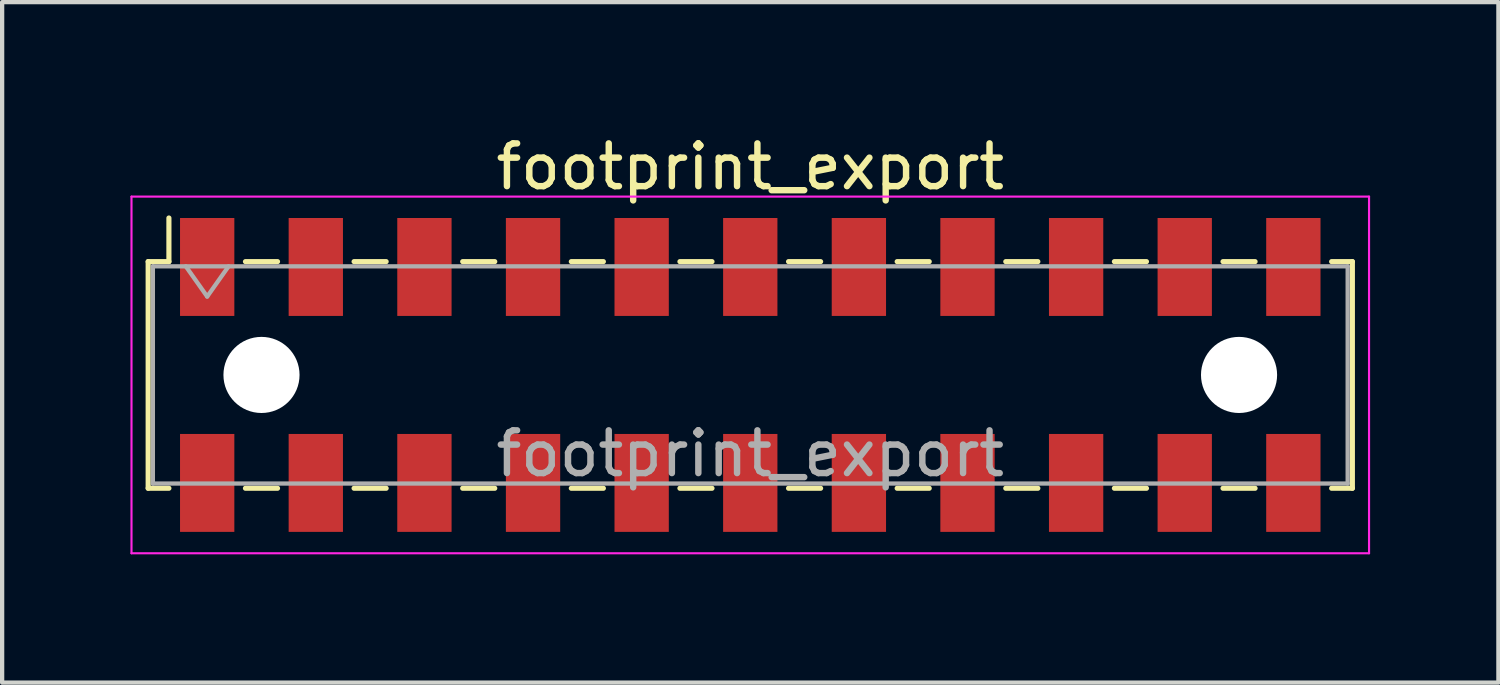
<source format=kicad_pcb>
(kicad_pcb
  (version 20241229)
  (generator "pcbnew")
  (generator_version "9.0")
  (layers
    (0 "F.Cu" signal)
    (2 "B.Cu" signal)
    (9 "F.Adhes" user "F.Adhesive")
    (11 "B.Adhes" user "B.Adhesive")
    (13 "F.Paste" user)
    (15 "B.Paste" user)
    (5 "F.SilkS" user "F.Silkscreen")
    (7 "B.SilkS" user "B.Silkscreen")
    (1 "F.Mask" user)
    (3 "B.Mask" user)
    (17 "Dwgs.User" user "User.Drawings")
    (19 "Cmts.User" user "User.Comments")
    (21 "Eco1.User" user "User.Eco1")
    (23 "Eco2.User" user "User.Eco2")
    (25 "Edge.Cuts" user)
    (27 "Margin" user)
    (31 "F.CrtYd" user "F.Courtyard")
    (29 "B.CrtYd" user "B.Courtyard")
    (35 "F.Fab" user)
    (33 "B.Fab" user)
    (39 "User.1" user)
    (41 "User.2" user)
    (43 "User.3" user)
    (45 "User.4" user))
  (footprint "footprint_export"
    (layer "F.Cu")
    (at 14.495 5.718)
    (property "Reference" "footprint_export" (at 0 -4.87 0) (layer "F.SilkS") (effects (font (size 1 1) (thickness 0.15))))
    (attr smd)
    (fp_line (start -14.08 -2.65) (end -14.08 2.65) (stroke (width 0.12) (type solid)) (layer "F.SilkS"))
    (fp_line (start -14.08 2.65) (end -13.595 2.65) (stroke (width 0.12) (type solid)) (layer "F.SilkS"))
    (fp_line (start -13.595 -3.67) (end -13.595 -2.65) (stroke (width 0.12) (type solid)) (layer "F.SilkS"))
    (fp_line (start -13.595 -2.65) (end -14.08 -2.65) (stroke (width 0.12) (type solid)) (layer "F.SilkS"))
    (fp_line (start -11.805 -2.65) (end -11.055 -2.65) (stroke (width 0.12) (type solid)) (layer "F.SilkS"))
    (fp_line (start -11.805 2.65) (end -11.055 2.65) (stroke (width 0.12) (type solid)) (layer "F.SilkS"))
    (fp_line (start -9.265 -2.65) (end -8.515 -2.65) (stroke (width 0.12) (type solid)) (layer "F.SilkS"))
    (fp_line (start -9.265 2.65) (end -8.515 2.65) (stroke (width 0.12) (type solid)) (layer "F.SilkS"))
    (fp_line (start -6.725 -2.65) (end -5.975 -2.65) (stroke (width 0.12) (type solid)) (layer "F.SilkS"))
    (fp_line (start -6.725 2.65) (end -5.975 2.65) (stroke (width 0.12) (type solid)) (layer "F.SilkS"))
    (fp_line (start -4.185 -2.65) (end -3.435 -2.65) (stroke (width 0.12) (type solid)) (layer "F.SilkS"))
    (fp_line (start -4.185 2.65) (end -3.435 2.65) (stroke (width 0.12) (type solid)) (layer "F.SilkS"))
    (fp_line (start -1.645 -2.65) (end -0.895 -2.65) (stroke (width 0.12) (type solid)) (layer "F.SilkS"))
    (fp_line (start -1.645 2.65) (end -0.895 2.65) (stroke (width 0.12) (type solid)) (layer "F.SilkS"))
    (fp_line (start 0.895 -2.65) (end 1.645 -2.65) (stroke (width 0.12) (type solid)) (layer "F.SilkS"))
    (fp_line (start 0.895 2.65) (end 1.645 2.65) (stroke (width 0.12) (type solid)) (layer "F.SilkS"))
    (fp_line (start 3.435 -2.65) (end 4.185 -2.65) (stroke (width 0.12) (type solid)) (layer "F.SilkS"))
    (fp_line (start 3.435 2.65) (end 4.185 2.65) (stroke (width 0.12) (type solid)) (layer "F.SilkS"))
    (fp_line (start 5.975 -2.65) (end 6.725 -2.65) (stroke (width 0.12) (type solid)) (layer "F.SilkS"))
    (fp_line (start 5.975 2.65) (end 6.725 2.65) (stroke (width 0.12) (type solid)) (layer "F.SilkS"))
    (fp_line (start 8.515 -2.65) (end 9.265 -2.65) (stroke (width 0.12) (type solid)) (layer "F.SilkS"))
    (fp_line (start 8.515 2.65) (end 9.265 2.65) (stroke (width 0.12) (type solid)) (layer "F.SilkS"))
    (fp_line (start 11.055 -2.65) (end 11.805 -2.65) (stroke (width 0.12) (type solid)) (layer "F.SilkS"))
    (fp_line (start 11.055 2.65) (end 11.805 2.65) (stroke (width 0.12) (type solid)) (layer "F.SilkS"))
    (fp_line (start 13.595 -2.65) (end 14.08 -2.65) (stroke (width 0.12) (type solid)) (layer "F.SilkS"))
    (fp_line (start 14.08 -2.65) (end 14.08 2.65) (stroke (width 0.12) (type solid)) (layer "F.SilkS"))
    (fp_line (start 14.08 2.65) (end 13.595 2.65) (stroke (width 0.12) (type solid)) (layer "F.SilkS"))
    (fp_line (start -14.47 -4.17) (end 14.47 -4.17) (stroke (width 0.05) (type solid)) (layer "F.CrtYd"))
    (fp_line (start -14.47 4.17) (end -14.47 -4.17) (stroke (width 0.05) (type solid)) (layer "F.CrtYd"))
    (fp_line (start 14.47 -4.17) (end 14.47 4.17) (stroke (width 0.05) (type solid)) (layer "F.CrtYd"))
    (fp_line (start 14.47 4.17) (end -14.47 4.17) (stroke (width 0.05) (type solid)) (layer "F.CrtYd"))
    (fp_line (start -13.97 -2.54) (end 13.97 -2.54) (stroke (width 0.1) (type solid)) (layer "F.Fab"))
    (fp_line (start -13.97 2.54) (end -13.97 -2.54) (stroke (width 0.1) (type solid)) (layer "F.Fab"))
    (fp_line (start -13.2 -2.54) (end -12.7 -1.833) (stroke (width 0.1) (type solid)) (layer "F.Fab"))
    (fp_line (start -12.7 -1.833) (end -12.2 -2.54) (stroke (width 0.1) (type solid)) (layer "F.Fab"))
    (fp_line (start 13.97 -2.54) (end 13.97 2.54) (stroke (width 0.1) (type solid)) (layer "F.Fab"))
    (fp_line (start 13.97 2.54) (end -13.97 2.54) (stroke (width 0.1) (type solid)) (layer "F.Fab"))
    (fp_text user "${REFERENCE}" (at 0 1.84 0) (layer "F.Fab") (effects (font (size 1 1) (thickness 0.15))))
    (pad "" np_thru_hole circle (at -11.43 0) (size 1.78 1.78) (drill 1.78) (layers "*.Cu" "*.Mask"))
    (pad "" np_thru_hole circle (at 11.43 0) (size 1.78 1.78) (drill 1.78) (layers "*.Cu" "*.Mask"))
    (pad "1" smd rect (at -12.7 -2.525) (size 1.27 2.29) (layers "F.Cu" "F.Mask" "F.Paste"))
    (pad "2" smd rect (at -12.7 2.525) (size 1.27 2.29) (layers "F.Cu" "F.Mask" "F.Paste"))
    (pad "3" smd rect (at -10.16 -2.525) (size 1.27 2.29) (layers "F.Cu" "F.Mask" "F.Paste"))
    (pad "4" smd rect (at -10.16 2.525) (size 1.27 2.29) (layers "F.Cu" "F.Mask" "F.Paste"))
    (pad "5" smd rect (at -7.62 -2.525) (size 1.27 2.29) (layers "F.Cu" "F.Mask" "F.Paste"))
    (pad "6" smd rect (at -7.62 2.525) (size 1.27 2.29) (layers "F.Cu" "F.Mask" "F.Paste"))
    (pad "7" smd rect (at -5.08 -2.525) (size 1.27 2.29) (layers "F.Cu" "F.Mask" "F.Paste"))
    (pad "8" smd rect (at -5.08 2.525) (size 1.27 2.29) (layers "F.Cu" "F.Mask" "F.Paste"))
    (pad "9" smd rect (at -2.54 -2.525) (size 1.27 2.29) (layers "F.Cu" "F.Mask" "F.Paste"))
    (pad "10" smd rect (at -2.54 2.525) (size 1.27 2.29) (layers "F.Cu" "F.Mask" "F.Paste"))
    (pad "11" smd rect (at 0 -2.525) (size 1.27 2.29) (layers "F.Cu" "F.Mask" "F.Paste"))
    (pad "12" smd rect (at 0 2.525) (size 1.27 2.29) (layers "F.Cu" "F.Mask" "F.Paste"))
    (pad "13" smd rect (at 2.54 -2.525) (size 1.27 2.29) (layers "F.Cu" "F.Mask" "F.Paste"))
    (pad "14" smd rect (at 2.54 2.525) (size 1.27 2.29) (layers "F.Cu" "F.Mask" "F.Paste"))
    (pad "15" smd rect (at 5.08 -2.525) (size 1.27 2.29) (layers "F.Cu" "F.Mask" "F.Paste"))
    (pad "16" smd rect (at 5.08 2.525) (size 1.27 2.29) (layers "F.Cu" "F.Mask" "F.Paste"))
    (pad "17" smd rect (at 7.62 -2.525) (size 1.27 2.29) (layers "F.Cu" "F.Mask" "F.Paste"))
    (pad "18" smd rect (at 7.62 2.525) (size 1.27 2.29) (layers "F.Cu" "F.Mask" "F.Paste"))
    (pad "19" smd rect (at 10.16 -2.525) (size 1.27 2.29) (layers "F.Cu" "F.Mask" "F.Paste"))
    (pad "20" smd rect (at 10.16 2.525) (size 1.27 2.29) (layers "F.Cu" "F.Mask" "F.Paste"))
    (pad "21" smd rect (at 12.7 -2.525) (size 1.27 2.29) (layers "F.Cu" "F.Mask" "F.Paste"))
    (pad "22" smd rect (at 12.7 2.525) (size 1.27 2.29) (layers "F.Cu" "F.Mask" "F.Paste")))
  (gr_rect
    (start -3 -3)
    (end 31.99 12.913)
    (stroke (width 0.1) (type default))
    (fill no)
    (layer "Edge.Cuts")))
</source>
